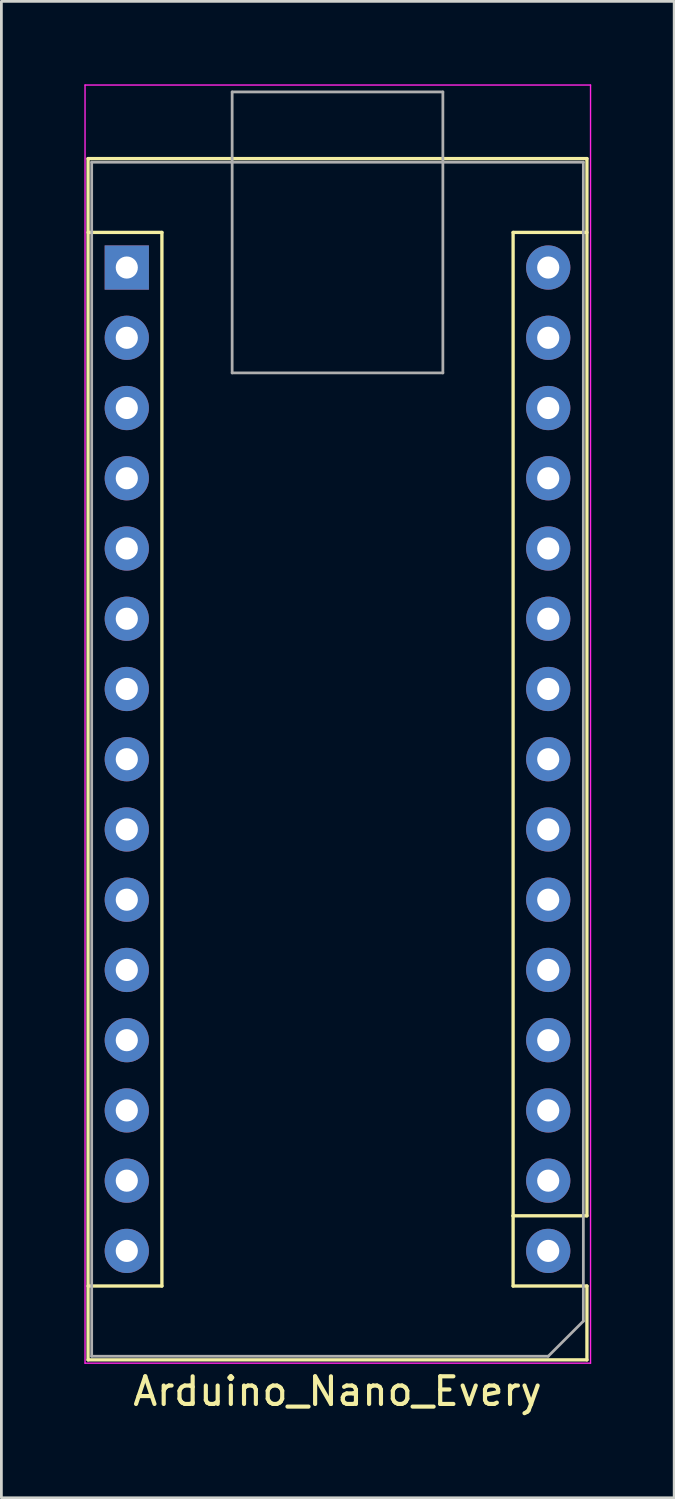
<source format=kicad_pcb>
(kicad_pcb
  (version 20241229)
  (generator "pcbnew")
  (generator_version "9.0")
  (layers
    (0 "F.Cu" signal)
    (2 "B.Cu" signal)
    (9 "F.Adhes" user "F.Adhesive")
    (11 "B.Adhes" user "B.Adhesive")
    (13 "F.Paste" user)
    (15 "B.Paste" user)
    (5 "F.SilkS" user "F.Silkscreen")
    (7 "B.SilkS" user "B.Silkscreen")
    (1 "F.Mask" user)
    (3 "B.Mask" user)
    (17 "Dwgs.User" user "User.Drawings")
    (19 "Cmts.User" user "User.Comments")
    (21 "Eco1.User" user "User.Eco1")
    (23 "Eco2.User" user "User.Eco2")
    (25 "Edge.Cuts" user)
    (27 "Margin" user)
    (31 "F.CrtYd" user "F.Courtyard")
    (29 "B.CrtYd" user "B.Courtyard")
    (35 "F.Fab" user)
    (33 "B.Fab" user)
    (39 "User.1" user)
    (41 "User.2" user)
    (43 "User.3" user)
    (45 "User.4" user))
  (footprint "Arduino_Nano_Every"
    (layer "F.Cu")
    (at 1.535 6.625)
    (property "Reference" "Arduino_Nano_Every" (at 7.62 40.64 180) (layer "F.SilkS") (effects (font (size 1 1) (thickness 0.15))))
    (attr through_hole)
    (fp_line (start -1.4 -3.94) (end -1.4 39.5) (stroke (width 0.12) (type solid)) (layer "F.SilkS"))
    (fp_line (start -1.4 39.5) (end 16.64 39.5) (stroke (width 0.12) (type solid)) (layer "F.SilkS"))
    (fp_line (start 1.27 -1.27) (end -1.4 -1.27) (stroke (width 0.12) (type solid)) (layer "F.SilkS"))
    (fp_line (start 1.27 36.83) (end -1.4 36.83) (stroke (width 0.12) (type solid)) (layer "F.SilkS"))
    (fp_line (start 1.27 36.83) (end 1.27 -1.27) (stroke (width 0.12) (type solid)) (layer "F.SilkS"))
    (fp_line (start 13.97 -1.27) (end 16.64 -1.27) (stroke (width 0.12) (type solid)) (layer "F.SilkS"))
    (fp_line (start 13.97 34.29) (end 13.97 -1.27) (stroke (width 0.12) (type solid)) (layer "F.SilkS"))
    (fp_line (start 13.97 34.29) (end 13.97 36.83) (stroke (width 0.12) (type solid)) (layer "F.SilkS"))
    (fp_line (start 13.97 34.29) (end 16.64 34.29) (stroke (width 0.12) (type solid)) (layer "F.SilkS"))
    (fp_line (start 13.97 36.83) (end 16.64 36.83) (stroke (width 0.12) (type solid)) (layer "F.SilkS"))
    (fp_line (start 16.64 -3.94) (end -1.4 -3.94) (stroke (width 0.12) (type solid)) (layer "F.SilkS"))
    (fp_line (start 16.64 34.29) (end 16.64 -3.94) (stroke (width 0.12) (type solid)) (layer "F.SilkS"))
    (fp_line (start 16.64 39.5) (end 16.64 36.83) (stroke (width 0.12) (type solid)) (layer "F.SilkS"))
    (fp_line (start -1.51 -6.6) (end -1.51 39.62) (stroke (width 0.05) (type solid)) (layer "F.CrtYd"))
    (fp_line (start -1.51 -6.6) (end 16.77 -6.6) (stroke (width 0.05) (type solid)) (layer "F.CrtYd"))
    (fp_line (start 16.77 39.62) (end -1.51 39.62) (stroke (width 0.05) (type solid)) (layer "F.CrtYd"))
    (fp_line (start 16.77 39.62) (end 16.77 -6.6) (stroke (width 0.05) (type solid)) (layer "F.CrtYd"))
    (fp_line (start -1.27 -3.81) (end 16.51 -3.81) (stroke (width 0.1) (type solid)) (layer "F.Fab"))
    (fp_line (start -1.27 39.37) (end -1.27 -3.81) (stroke (width 0.1) (type solid)) (layer "F.Fab"))
    (fp_line (start 3.81 -6.35) (end 11.43 -6.35) (stroke (width 0.1) (type solid)) (layer "F.Fab"))
    (fp_line (start 3.81 3.81) (end 3.81 -6.35) (stroke (width 0.1) (type solid)) (layer "F.Fab"))
    (fp_line (start 11.43 -6.35) (end 11.43 3.81) (stroke (width 0.1) (type solid)) (layer "F.Fab"))
    (fp_line (start 11.43 3.81) (end 3.81 3.81) (stroke (width 0.1) (type solid)) (layer "F.Fab"))
    (fp_line (start 15.24 39.37) (end -1.27 39.37) (stroke (width 0.1) (type solid)) (layer "F.Fab"))
    (fp_line (start 16.51 -3.81) (end 16.51 38.1) (stroke (width 0.1) (type solid)) (layer "F.Fab"))
    (fp_line (start 16.51 38.1) (end 15.24 39.37) (stroke (width 0.1) (type solid)) (layer "F.Fab"))
    (pad "1" thru_hole rect (at 0 0 180) (size 1.6 1.6) (drill 0.8) (layers "*.Cu" "*.Mask"))
    (pad "2" thru_hole oval (at 0 2.54 180) (size 1.6 1.6) (drill 0.8) (layers "*.Cu" "*.Mask"))
    (pad "3" thru_hole oval (at 0 5.08 180) (size 1.6 1.6) (drill 0.8) (layers "*.Cu" "*.Mask"))
    (pad "4" thru_hole oval (at 0 7.62 180) (size 1.6 1.6) (drill 0.8) (layers "*.Cu" "*.Mask"))
    (pad "5" thru_hole oval (at 0 10.16 180) (size 1.6 1.6) (drill 0.8) (layers "*.Cu" "*.Mask"))
    (pad "6" thru_hole oval (at 0 12.7 180) (size 1.6 1.6) (drill 0.8) (layers "*.Cu" "*.Mask"))
    (pad "7" thru_hole oval (at 0 15.24 180) (size 1.6 1.6) (drill 0.8) (layers "*.Cu" "*.Mask"))
    (pad "8" thru_hole oval (at 0 17.78 180) (size 1.6 1.6) (drill 0.8) (layers "*.Cu" "*.Mask"))
    (pad "9" thru_hole oval (at 0 20.32 180) (size 1.6 1.6) (drill 0.8) (layers "*.Cu" "*.Mask"))
    (pad "10" thru_hole oval (at 0 22.86 180) (size 1.6 1.6) (drill 0.8) (layers "*.Cu" "*.Mask"))
    (pad "11" thru_hole oval (at 0 25.4 180) (size 1.6 1.6) (drill 0.8) (layers "*.Cu" "*.Mask"))
    (pad "12" thru_hole oval (at 0 27.94 180) (size 1.6 1.6) (drill 0.8) (layers "*.Cu" "*.Mask"))
    (pad "13" thru_hole oval (at 0 30.48 180) (size 1.6 1.6) (drill 0.8) (layers "*.Cu" "*.Mask"))
    (pad "14" thru_hole oval (at 0 33.02 180) (size 1.6 1.6) (drill 0.8) (layers "*.Cu" "*.Mask"))
    (pad "15" thru_hole oval (at 0 35.56 180) (size 1.6 1.6) (drill 0.8) (layers "*.Cu" "*.Mask"))
    (pad "16" thru_hole oval (at 15.24 35.56 180) (size 1.6 1.6) (drill 0.8) (layers "*.Cu" "*.Mask"))
    (pad "17" thru_hole oval (at 15.24 33.02 180) (size 1.6 1.6) (drill 0.8) (layers "*.Cu" "*.Mask"))
    (pad "18" thru_hole oval (at 15.24 30.48 180) (size 1.6 1.6) (drill 0.8) (layers "*.Cu" "*.Mask"))
    (pad "19" thru_hole oval (at 15.24 27.94 180) (size 1.6 1.6) (drill 0.8) (layers "*.Cu" "*.Mask"))
    (pad "20" thru_hole oval (at 15.24 25.4 180) (size 1.6 1.6) (drill 0.8) (layers "*.Cu" "*.Mask"))
    (pad "21" thru_hole oval (at 15.24 22.86 180) (size 1.6 1.6) (drill 0.8) (layers "*.Cu" "*.Mask"))
    (pad "22" thru_hole oval (at 15.24 20.32 180) (size 1.6 1.6) (drill 0.8) (layers "*.Cu" "*.Mask"))
    (pad "23" thru_hole oval (at 15.24 17.78 180) (size 1.6 1.6) (drill 0.8) (layers "*.Cu" "*.Mask"))
    (pad "24" thru_hole oval (at 15.24 15.24 180) (size 1.6 1.6) (drill 0.8) (layers "*.Cu" "*.Mask"))
    (pad "25" thru_hole oval (at 15.24 12.7 180) (size 1.6 1.6) (drill 0.8) (layers "*.Cu" "*.Mask"))
    (pad "26" thru_hole oval (at 15.24 10.16 180) (size 1.6 1.6) (drill 0.8) (layers "*.Cu" "*.Mask"))
    (pad "27" thru_hole oval (at 15.24 7.62 180) (size 1.6 1.6) (drill 0.8) (layers "*.Cu" "*.Mask"))
    (pad "28" thru_hole oval (at 15.24 5.08 180) (size 1.6 1.6) (drill 0.8) (layers "*.Cu" "*.Mask"))
    (pad "29" thru_hole oval (at 15.24 2.54 180) (size 1.6 1.6) (drill 0.8) (layers "*.Cu" "*.Mask"))
    (pad "30" thru_hole oval (at 15.24 0 180) (size 1.6 1.6) (drill 0.8) (layers "*.Cu" "*.Mask")))
  (gr_rect
    (start -3 -3)
    (end 21.33 51.113)
    (stroke (width 0.1) (type default))
    (fill no)
    (layer "Edge.Cuts")))
</source>
